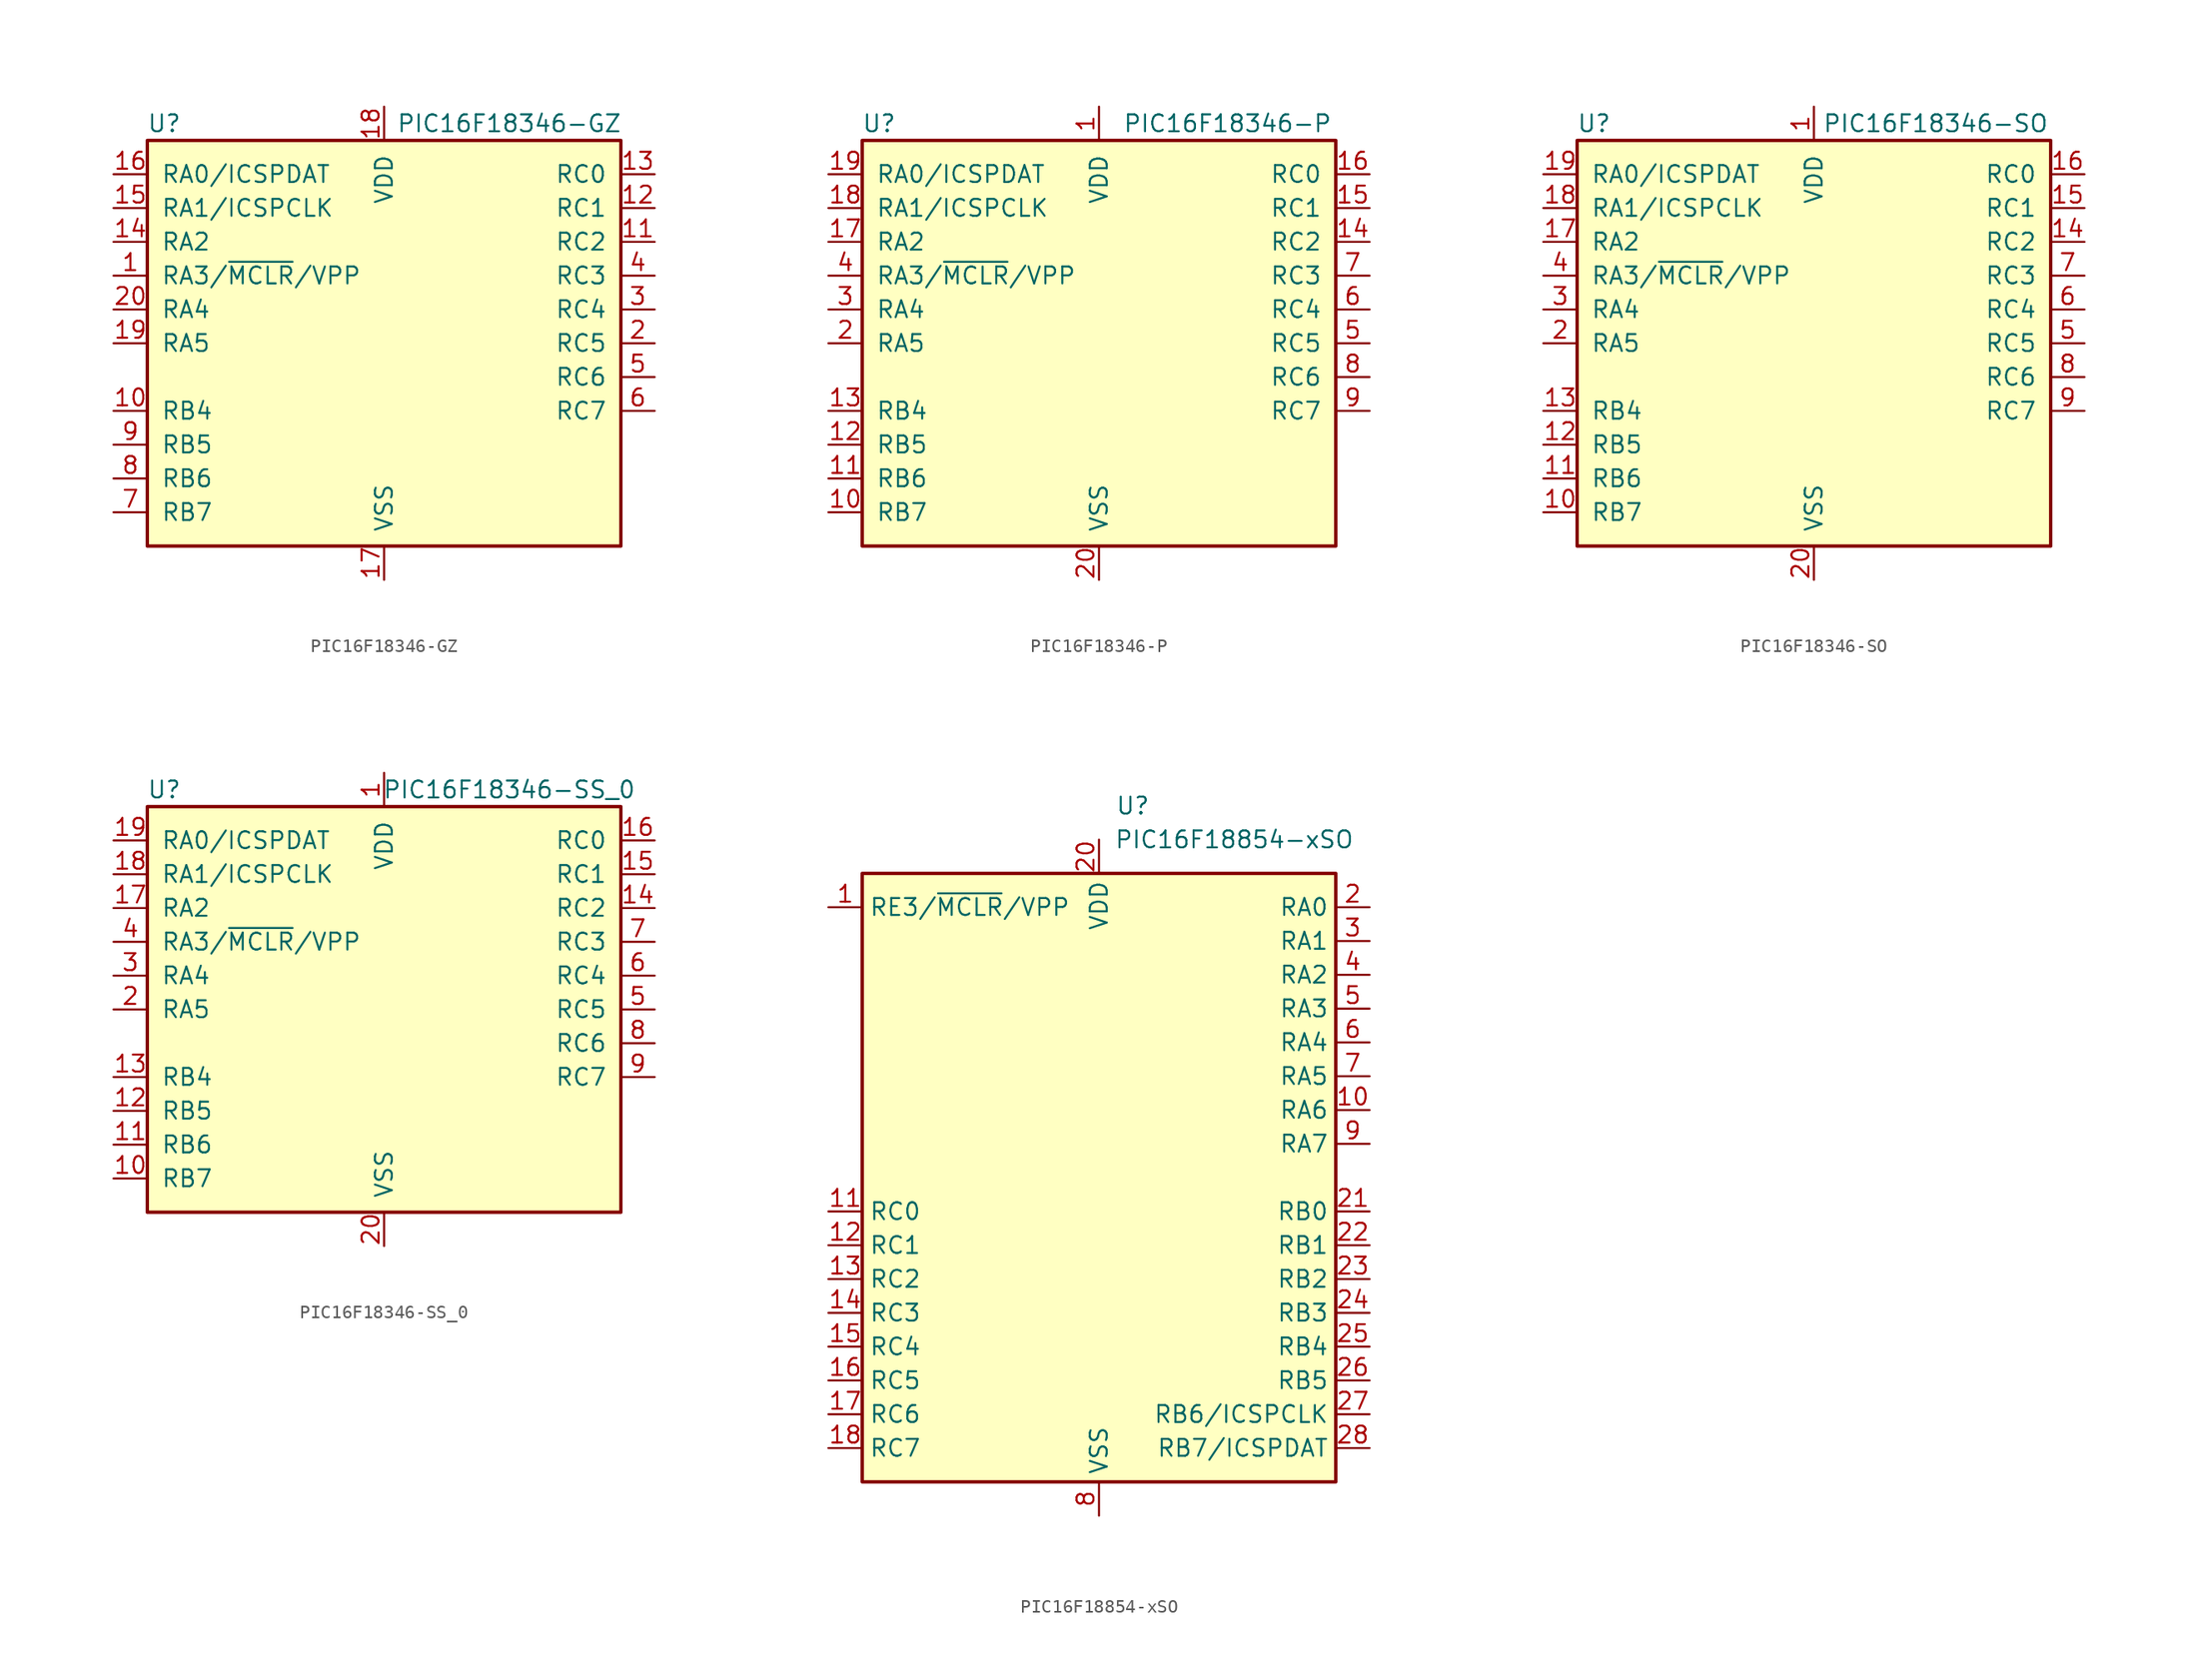
<source format=kicad_sym>
(kicad_symbol_lib
  (version 20201005)
  (generator kicad_symbol_editor)
  (symbol "MCU_Microchip_PIC16:PIC16F18346-GZ"
    (pin_names
      (offset 1.016))
    (property "Reference" "U"
      (at -16.51 16.51 0)
      (effects (font (size 1.27 1.27))))
    (property "Value" "PIC16F18346-GZ"
      (at 9.398 16.51 0)
      (effects (font (size 1.27 1.27))))
    (symbol "PIC16F18346-GZ_0_1"
      (rectangle (start -17.78 15.24) (end 17.78 -15.24) (stroke (width 0.254)) (fill (type background))))
    (symbol "PIC16F18346-GZ_1_1"
      (pin bidirectional line (at -20.32 5.08 0) (length 2.54) (name "RA3/~MCLR~/VPP" (effects (font (size 1.27 1.27)))) (number "1" (effects (font (size 1.27 1.27)))))
      (pin bidirectional line (at -20.32 -5.08 0) (length 2.54) (name "RB4" (effects (font (size 1.27 1.27)))) (number "10" (effects (font (size 1.27 1.27)))))
      (pin bidirectional line (at 20.32 7.62 180) (length 2.54) (name "RC2" (effects (font (size 1.27 1.27)))) (number "11" (effects (font (size 1.27 1.27)))))
      (pin bidirectional line (at 20.32 10.16 180) (length 2.54) (name "RC1" (effects (font (size 1.27 1.27)))) (number "12" (effects (font (size 1.27 1.27)))))
      (pin bidirectional line (at 20.32 12.7 180) (length 2.54) (name "RC0" (effects (font (size 1.27 1.27)))) (number "13" (effects (font (size 1.27 1.27)))))
      (pin bidirectional line (at -20.32 7.62 0) (length 2.54) (name "RA2" (effects (font (size 1.27 1.27)))) (number "14" (effects (font (size 1.27 1.27)))))
      (pin bidirectional line (at -20.32 10.16 0) (length 2.54) (name "RA1/ICSPCLK" (effects (font (size 1.27 1.27)))) (number "15" (effects (font (size 1.27 1.27)))))
      (pin bidirectional line (at -20.32 12.7 0) (length 2.54) (name "RA0/ICSPDAT" (effects (font (size 1.27 1.27)))) (number "16" (effects (font (size 1.27 1.27)))))
      (pin power_in line (at 0 -17.78 90) (length 2.54) (name "VSS" (effects (font (size 1.27 1.27)))) (number "17" (effects (font (size 1.27 1.27)))))
      (pin power_in line (at 0 17.78 270) (length 2.54) (name "VDD" (effects (font (size 1.27 1.27)))) (number "18" (effects (font (size 1.27 1.27)))))
      (pin bidirectional line (at -20.32 0 0) (length 2.54) (name "RA5" (effects (font (size 1.27 1.27)))) (number "19" (effects (font (size 1.27 1.27)))))
      (pin bidirectional line (at 20.32 0 180) (length 2.54) (name "RC5" (effects (font (size 1.27 1.27)))) (number "2" (effects (font (size 1.27 1.27)))))
      (pin bidirectional line (at -20.32 2.54 0) (length 2.54) (name "RA4" (effects (font (size 1.27 1.27)))) (number "20" (effects (font (size 1.27 1.27)))))
      (pin bidirectional line (at 20.32 2.54 180) (length 2.54) (name "RC4" (effects (font (size 1.27 1.27)))) (number "3" (effects (font (size 1.27 1.27)))))
      (pin bidirectional line (at 20.32 5.08 180) (length 2.54) (name "RC3" (effects (font (size 1.27 1.27)))) (number "4" (effects (font (size 1.27 1.27)))))
      (pin bidirectional line (at 20.32 -2.54 180) (length 2.54) (name "RC6" (effects (font (size 1.27 1.27)))) (number "5" (effects (font (size 1.27 1.27)))))
      (pin bidirectional line (at 20.32 -5.08 180) (length 2.54) (name "RC7" (effects (font (size 1.27 1.27)))) (number "6" (effects (font (size 1.27 1.27)))))
      (pin bidirectional line (at -20.32 -12.7 0) (length 2.54) (name "RB7" (effects (font (size 1.27 1.27)))) (number "7" (effects (font (size 1.27 1.27)))))
      (pin bidirectional line (at -20.32 -10.16 0) (length 2.54) (name "RB6" (effects (font (size 1.27 1.27)))) (number "8" (effects (font (size 1.27 1.27)))))
      (pin bidirectional line (at -20.32 -7.62 0) (length 2.54) (name "RB5" (effects (font (size 1.27 1.27)))) (number "9" (effects (font (size 1.27 1.27)))))))
  (symbol "MCU_Microchip_PIC16:PIC16F18346-P"
    (pin_names
      (offset 1.016))
    (property "Reference" "U"
      (at -16.51 16.51 0)
      (effects (font (size 1.27 1.27))))
    (property "Value" "PIC16F18346-P"
      (at 9.652 16.51 0)
      (effects (font (size 1.27 1.27))))
    (symbol "PIC16F18346-P_0_1"
      (rectangle (start -17.78 15.24) (end 17.78 -15.24) (stroke (width 0.254)) (fill (type background))))
    (symbol "PIC16F18346-P_1_1"
      (pin power_in line (at 0 17.78 270) (length 2.54) (name "VDD" (effects (font (size 1.27 1.27)))) (number "1" (effects (font (size 1.27 1.27)))))
      (pin bidirectional line (at -20.32 -12.7 0) (length 2.54) (name "RB7" (effects (font (size 1.27 1.27)))) (number "10" (effects (font (size 1.27 1.27)))))
      (pin bidirectional line (at -20.32 -10.16 0) (length 2.54) (name "RB6" (effects (font (size 1.27 1.27)))) (number "11" (effects (font (size 1.27 1.27)))))
      (pin bidirectional line (at -20.32 -7.62 0) (length 2.54) (name "RB5" (effects (font (size 1.27 1.27)))) (number "12" (effects (font (size 1.27 1.27)))))
      (pin bidirectional line (at -20.32 -5.08 0) (length 2.54) (name "RB4" (effects (font (size 1.27 1.27)))) (number "13" (effects (font (size 1.27 1.27)))))
      (pin bidirectional line (at 20.32 7.62 180) (length 2.54) (name "RC2" (effects (font (size 1.27 1.27)))) (number "14" (effects (font (size 1.27 1.27)))))
      (pin bidirectional line (at 20.32 10.16 180) (length 2.54) (name "RC1" (effects (font (size 1.27 1.27)))) (number "15" (effects (font (size 1.27 1.27)))))
      (pin bidirectional line (at 20.32 12.7 180) (length 2.54) (name "RC0" (effects (font (size 1.27 1.27)))) (number "16" (effects (font (size 1.27 1.27)))))
      (pin bidirectional line (at -20.32 7.62 0) (length 2.54) (name "RA2" (effects (font (size 1.27 1.27)))) (number "17" (effects (font (size 1.27 1.27)))))
      (pin bidirectional line (at -20.32 10.16 0) (length 2.54) (name "RA1/ICSPCLK" (effects (font (size 1.27 1.27)))) (number "18" (effects (font (size 1.27 1.27)))))
      (pin bidirectional line (at -20.32 12.7 0) (length 2.54) (name "RA0/ICSPDAT" (effects (font (size 1.27 1.27)))) (number "19" (effects (font (size 1.27 1.27)))))
      (pin bidirectional line (at -20.32 0 0) (length 2.54) (name "RA5" (effects (font (size 1.27 1.27)))) (number "2" (effects (font (size 1.27 1.27)))))
      (pin power_in line (at 0 -17.78 90) (length 2.54) (name "VSS" (effects (font (size 1.27 1.27)))) (number "20" (effects (font (size 1.27 1.27)))))
      (pin bidirectional line (at -20.32 2.54 0) (length 2.54) (name "RA4" (effects (font (size 1.27 1.27)))) (number "3" (effects (font (size 1.27 1.27)))))
      (pin bidirectional line (at -20.32 5.08 0) (length 2.54) (name "RA3/~MCLR~/VPP" (effects (font (size 1.27 1.27)))) (number "4" (effects (font (size 1.27 1.27)))))
      (pin bidirectional line (at 20.32 0 180) (length 2.54) (name "RC5" (effects (font (size 1.27 1.27)))) (number "5" (effects (font (size 1.27 1.27)))))
      (pin bidirectional line (at 20.32 2.54 180) (length 2.54) (name "RC4" (effects (font (size 1.27 1.27)))) (number "6" (effects (font (size 1.27 1.27)))))
      (pin bidirectional line (at 20.32 5.08 180) (length 2.54) (name "RC3" (effects (font (size 1.27 1.27)))) (number "7" (effects (font (size 1.27 1.27)))))
      (pin bidirectional line (at 20.32 -2.54 180) (length 2.54) (name "RC6" (effects (font (size 1.27 1.27)))) (number "8" (effects (font (size 1.27 1.27)))))
      (pin bidirectional line (at 20.32 -5.08 180) (length 2.54) (name "RC7" (effects (font (size 1.27 1.27)))) (number "9" (effects (font (size 1.27 1.27)))))))
  (symbol "MCU_Microchip_PIC16:PIC16F18346-SO"
    (pin_names
      (offset 1.016))
    (property "Reference" "U"
      (at -16.51 16.51 0)
      (effects (font (size 1.27 1.27))))
    (property "Value" "PIC16F18346-SO"
      (at 9.144 16.51 0)
      (effects (font (size 1.27 1.27))))
    (symbol "PIC16F18346-SO_0_1"
      (rectangle (start -17.78 15.24) (end 17.78 -15.24) (stroke (width 0.254)) (fill (type background))))
    (symbol "PIC16F18346-SO_1_1"
      (pin power_in line (at 0 17.78 270) (length 2.54) (name "VDD" (effects (font (size 1.27 1.27)))) (number "1" (effects (font (size 1.27 1.27)))))
      (pin bidirectional line (at -20.32 -12.7 0) (length 2.54) (name "RB7" (effects (font (size 1.27 1.27)))) (number "10" (effects (font (size 1.27 1.27)))))
      (pin bidirectional line (at -20.32 -10.16 0) (length 2.54) (name "RB6" (effects (font (size 1.27 1.27)))) (number "11" (effects (font (size 1.27 1.27)))))
      (pin bidirectional line (at -20.32 -7.62 0) (length 2.54) (name "RB5" (effects (font (size 1.27 1.27)))) (number "12" (effects (font (size 1.27 1.27)))))
      (pin bidirectional line (at -20.32 -5.08 0) (length 2.54) (name "RB4" (effects (font (size 1.27 1.27)))) (number "13" (effects (font (size 1.27 1.27)))))
      (pin bidirectional line (at 20.32 7.62 180) (length 2.54) (name "RC2" (effects (font (size 1.27 1.27)))) (number "14" (effects (font (size 1.27 1.27)))))
      (pin bidirectional line (at 20.32 10.16 180) (length 2.54) (name "RC1" (effects (font (size 1.27 1.27)))) (number "15" (effects (font (size 1.27 1.27)))))
      (pin bidirectional line (at 20.32 12.7 180) (length 2.54) (name "RC0" (effects (font (size 1.27 1.27)))) (number "16" (effects (font (size 1.27 1.27)))))
      (pin bidirectional line (at -20.32 7.62 0) (length 2.54) (name "RA2" (effects (font (size 1.27 1.27)))) (number "17" (effects (font (size 1.27 1.27)))))
      (pin bidirectional line (at -20.32 10.16 0) (length 2.54) (name "RA1/ICSPCLK" (effects (font (size 1.27 1.27)))) (number "18" (effects (font (size 1.27 1.27)))))
      (pin bidirectional line (at -20.32 12.7 0) (length 2.54) (name "RA0/ICSPDAT" (effects (font (size 1.27 1.27)))) (number "19" (effects (font (size 1.27 1.27)))))
      (pin bidirectional line (at -20.32 0 0) (length 2.54) (name "RA5" (effects (font (size 1.27 1.27)))) (number "2" (effects (font (size 1.27 1.27)))))
      (pin power_in line (at 0 -17.78 90) (length 2.54) (name "VSS" (effects (font (size 1.27 1.27)))) (number "20" (effects (font (size 1.27 1.27)))))
      (pin bidirectional line (at -20.32 2.54 0) (length 2.54) (name "RA4" (effects (font (size 1.27 1.27)))) (number "3" (effects (font (size 1.27 1.27)))))
      (pin bidirectional line (at -20.32 5.08 0) (length 2.54) (name "RA3/~MCLR~/VPP" (effects (font (size 1.27 1.27)))) (number "4" (effects (font (size 1.27 1.27)))))
      (pin bidirectional line (at 20.32 0 180) (length 2.54) (name "RC5" (effects (font (size 1.27 1.27)))) (number "5" (effects (font (size 1.27 1.27)))))
      (pin bidirectional line (at 20.32 2.54 180) (length 2.54) (name "RC4" (effects (font (size 1.27 1.27)))) (number "6" (effects (font (size 1.27 1.27)))))
      (pin bidirectional line (at 20.32 5.08 180) (length 2.54) (name "RC3" (effects (font (size 1.27 1.27)))) (number "7" (effects (font (size 1.27 1.27)))))
      (pin bidirectional line (at 20.32 -2.54 180) (length 2.54) (name "RC6" (effects (font (size 1.27 1.27)))) (number "8" (effects (font (size 1.27 1.27)))))
      (pin bidirectional line (at 20.32 -5.08 180) (length 2.54) (name "RC7" (effects (font (size 1.27 1.27)))) (number "9" (effects (font (size 1.27 1.27)))))))
  (symbol "MCU_Microchip_PIC16:PIC16F18346-SS_0"
    (pin_names
      (offset 1.016))
    (property "Reference" "U"
      (at -16.51 16.51 0)
      (effects (font (size 1.27 1.27))))
    (property "Value" "PIC16F18346-SS_0"
      (at 9.398 16.51 0)
      (effects (font (size 1.27 1.27))))
    (symbol "PIC16F18346-SS_0_0_1"
      (rectangle (start -17.78 15.24) (end 17.78 -15.24) (stroke (width 0.254)) (fill (type background))))
    (symbol "PIC16F18346-SS_0_1_1"
      (pin power_in line (at 0 17.78 270) (length 2.54) (name "VDD" (effects (font (size 1.27 1.27)))) (number "1" (effects (font (size 1.27 1.27)))))
      (pin bidirectional line (at -20.32 -12.7 0) (length 2.54) (name "RB7" (effects (font (size 1.27 1.27)))) (number "10" (effects (font (size 1.27 1.27)))))
      (pin bidirectional line (at -20.32 -10.16 0) (length 2.54) (name "RB6" (effects (font (size 1.27 1.27)))) (number "11" (effects (font (size 1.27 1.27)))))
      (pin bidirectional line (at -20.32 -7.62 0) (length 2.54) (name "RB5" (effects (font (size 1.27 1.27)))) (number "12" (effects (font (size 1.27 1.27)))))
      (pin bidirectional line (at -20.32 -5.08 0) (length 2.54) (name "RB4" (effects (font (size 1.27 1.27)))) (number "13" (effects (font (size 1.27 1.27)))))
      (pin bidirectional line (at 20.32 7.62 180) (length 2.54) (name "RC2" (effects (font (size 1.27 1.27)))) (number "14" (effects (font (size 1.27 1.27)))))
      (pin bidirectional line (at 20.32 10.16 180) (length 2.54) (name "RC1" (effects (font (size 1.27 1.27)))) (number "15" (effects (font (size 1.27 1.27)))))
      (pin bidirectional line (at 20.32 12.7 180) (length 2.54) (name "RC0" (effects (font (size 1.27 1.27)))) (number "16" (effects (font (size 1.27 1.27)))))
      (pin bidirectional line (at -20.32 7.62 0) (length 2.54) (name "RA2" (effects (font (size 1.27 1.27)))) (number "17" (effects (font (size 1.27 1.27)))))
      (pin bidirectional line (at -20.32 10.16 0) (length 2.54) (name "RA1/ICSPCLK" (effects (font (size 1.27 1.27)))) (number "18" (effects (font (size 1.27 1.27)))))
      (pin bidirectional line (at -20.32 12.7 0) (length 2.54) (name "RA0/ICSPDAT" (effects (font (size 1.27 1.27)))) (number "19" (effects (font (size 1.27 1.27)))))
      (pin bidirectional line (at -20.32 0 0) (length 2.54) (name "RA5" (effects (font (size 1.27 1.27)))) (number "2" (effects (font (size 1.27 1.27)))))
      (pin power_in line (at 0 -17.78 90) (length 2.54) (name "VSS" (effects (font (size 1.27 1.27)))) (number "20" (effects (font (size 1.27 1.27)))))
      (pin bidirectional line (at -20.32 2.54 0) (length 2.54) (name "RA4" (effects (font (size 1.27 1.27)))) (number "3" (effects (font (size 1.27 1.27)))))
      (pin bidirectional line (at -20.32 5.08 0) (length 2.54) (name "RA3/~MCLR~/VPP" (effects (font (size 1.27 1.27)))) (number "4" (effects (font (size 1.27 1.27)))))
      (pin bidirectional line (at 20.32 0 180) (length 2.54) (name "RC5" (effects (font (size 1.27 1.27)))) (number "5" (effects (font (size 1.27 1.27)))))
      (pin bidirectional line (at 20.32 2.54 180) (length 2.54) (name "RC4" (effects (font (size 1.27 1.27)))) (number "6" (effects (font (size 1.27 1.27)))))
      (pin bidirectional line (at 20.32 5.08 180) (length 2.54) (name "RC3" (effects (font (size 1.27 1.27)))) (number "7" (effects (font (size 1.27 1.27)))))
      (pin bidirectional line (at 20.32 -2.54 180) (length 2.54) (name "RC6" (effects (font (size 1.27 1.27)))) (number "8" (effects (font (size 1.27 1.27)))))
      (pin bidirectional line (at 20.32 -5.08 180) (length 2.54) (name "RC7" (effects (font (size 1.27 1.27)))) (number "9" (effects (font (size 1.27 1.27)))))))
  (symbol "MCU_Microchip_PIC16:PIC16F18854-xSO"
    (property "Reference" "U"
      (at 2.54 27.94 0)
      (effects (font (size 1.27 1.27))))
    (property "Value" "PIC16F18854-xSO"
      (at 10.16 25.4 0)
      (effects (font (size 1.27 1.27))))
    (symbol "PIC16F18854-xSO_0_0"
      (pin passive line (at 0 -25.4 90) (length 2.54) hide (name "VSS" (effects (font (size 1.27 1.27)))) (number "19" (effects (font (size 1.27 1.27))))))
    (symbol "PIC16F18854-xSO_0_1"
      (rectangle (start -17.78 22.86) (end 17.78 -22.86) (stroke (width 0.254)) (fill (type background))))
    (symbol "PIC16F18854-xSO_1_1"
      (pin input line (at -20.32 20.32 0) (length 2.54) (name "RE3/~MCLR~/VPP" (effects (font (size 1.27 1.27)))) (number "1" (effects (font (size 1.27 1.27)))))
      (pin bidirectional line (at 20.32 5.08 180) (length 2.54) (name "RA6" (effects (font (size 1.27 1.27)))) (number "10" (effects (font (size 1.27 1.27)))))
      (pin bidirectional line (at -20.32 -2.54 0) (length 2.54) (name "RC0" (effects (font (size 1.27 1.27)))) (number "11" (effects (font (size 1.27 1.27)))))
      (pin bidirectional line (at -20.32 -5.08 0) (length 2.54) (name "RC1" (effects (font (size 1.27 1.27)))) (number "12" (effects (font (size 1.27 1.27)))))
      (pin bidirectional line (at -20.32 -7.62 0) (length 2.54) (name "RC2" (effects (font (size 1.27 1.27)))) (number "13" (effects (font (size 1.27 1.27)))))
      (pin bidirectional line (at -20.32 -10.16 0) (length 2.54) (name "RC3" (effects (font (size 1.27 1.27)))) (number "14" (effects (font (size 1.27 1.27)))))
      (pin bidirectional line (at -20.32 -12.7 0) (length 2.54) (name "RC4" (effects (font (size 1.27 1.27)))) (number "15" (effects (font (size 1.27 1.27)))))
      (pin bidirectional line (at -20.32 -15.24 0) (length 2.54) (name "RC5" (effects (font (size 1.27 1.27)))) (number "16" (effects (font (size 1.27 1.27)))))
      (pin bidirectional line (at -20.32 -17.78 0) (length 2.54) (name "RC6" (effects (font (size 1.27 1.27)))) (number "17" (effects (font (size 1.27 1.27)))))
      (pin bidirectional line (at -20.32 -20.32 0) (length 2.54) (name "RC7" (effects (font (size 1.27 1.27)))) (number "18" (effects (font (size 1.27 1.27)))))
      (pin bidirectional line (at 20.32 20.32 180) (length 2.54) (name "RA0" (effects (font (size 1.27 1.27)))) (number "2" (effects (font (size 1.27 1.27)))))
      (pin power_in line (at 0 25.4 270) (length 2.54) (name "VDD" (effects (font (size 1.27 1.27)))) (number "20" (effects (font (size 1.27 1.27)))))
      (pin bidirectional line (at 20.32 -2.54 180) (length 2.54) (name "RB0" (effects (font (size 1.27 1.27)))) (number "21" (effects (font (size 1.27 1.27)))))
      (pin bidirectional line (at 20.32 -5.08 180) (length 2.54) (name "RB1" (effects (font (size 1.27 1.27)))) (number "22" (effects (font (size 1.27 1.27)))))
      (pin bidirectional line (at 20.32 -7.62 180) (length 2.54) (name "RB2" (effects (font (size 1.27 1.27)))) (number "23" (effects (font (size 1.27 1.27)))))
      (pin bidirectional line (at 20.32 -10.16 180) (length 2.54) (name "RB3" (effects (font (size 1.27 1.27)))) (number "24" (effects (font (size 1.27 1.27)))))
      (pin bidirectional line (at 20.32 -12.7 180) (length 2.54) (name "RB4" (effects (font (size 1.27 1.27)))) (number "25" (effects (font (size 1.27 1.27)))))
      (pin bidirectional line (at 20.32 -15.24 180) (length 2.54) (name "RB5" (effects (font (size 1.27 1.27)))) (number "26" (effects (font (size 1.27 1.27)))))
      (pin bidirectional line (at 20.32 -17.78 180) (length 2.54) (name "RB6/ICSPCLK" (effects (font (size 1.27 1.27)))) (number "27" (effects (font (size 1.27 1.27)))))
      (pin bidirectional line (at 20.32 -20.32 180) (length 2.54) (name "RB7/ICSPDAT" (effects (font (size 1.27 1.27)))) (number "28" (effects (font (size 1.27 1.27)))))
      (pin bidirectional line (at 20.32 17.78 180) (length 2.54) (name "RA1" (effects (font (size 1.27 1.27)))) (number "3" (effects (font (size 1.27 1.27)))))
      (pin bidirectional line (at 20.32 15.24 180) (length 2.54) (name "RA2" (effects (font (size 1.27 1.27)))) (number "4" (effects (font (size 1.27 1.27)))))
      (pin bidirectional line (at 20.32 12.7 180) (length 2.54) (name "RA3" (effects (font (size 1.27 1.27)))) (number "5" (effects (font (size 1.27 1.27)))))
      (pin bidirectional line (at 20.32 10.16 180) (length 2.54) (name "RA4" (effects (font (size 1.27 1.27)))) (number "6" (effects (font (size 1.27 1.27)))))
      (pin bidirectional line (at 20.32 7.62 180) (length 2.54) (name "RA5" (effects (font (size 1.27 1.27)))) (number "7" (effects (font (size 1.27 1.27)))))
      (pin power_in line (at 0 -25.4 90) (length 2.54) (name "VSS" (effects (font (size 1.27 1.27)))) (number "8" (effects (font (size 1.27 1.27)))))
      (pin bidirectional line (at 20.32 2.54 180) (length 2.54) (name "RA7" (effects (font (size 1.27 1.27)))) (number "9" (effects (font (size 1.27 1.27))))))))
</source>
